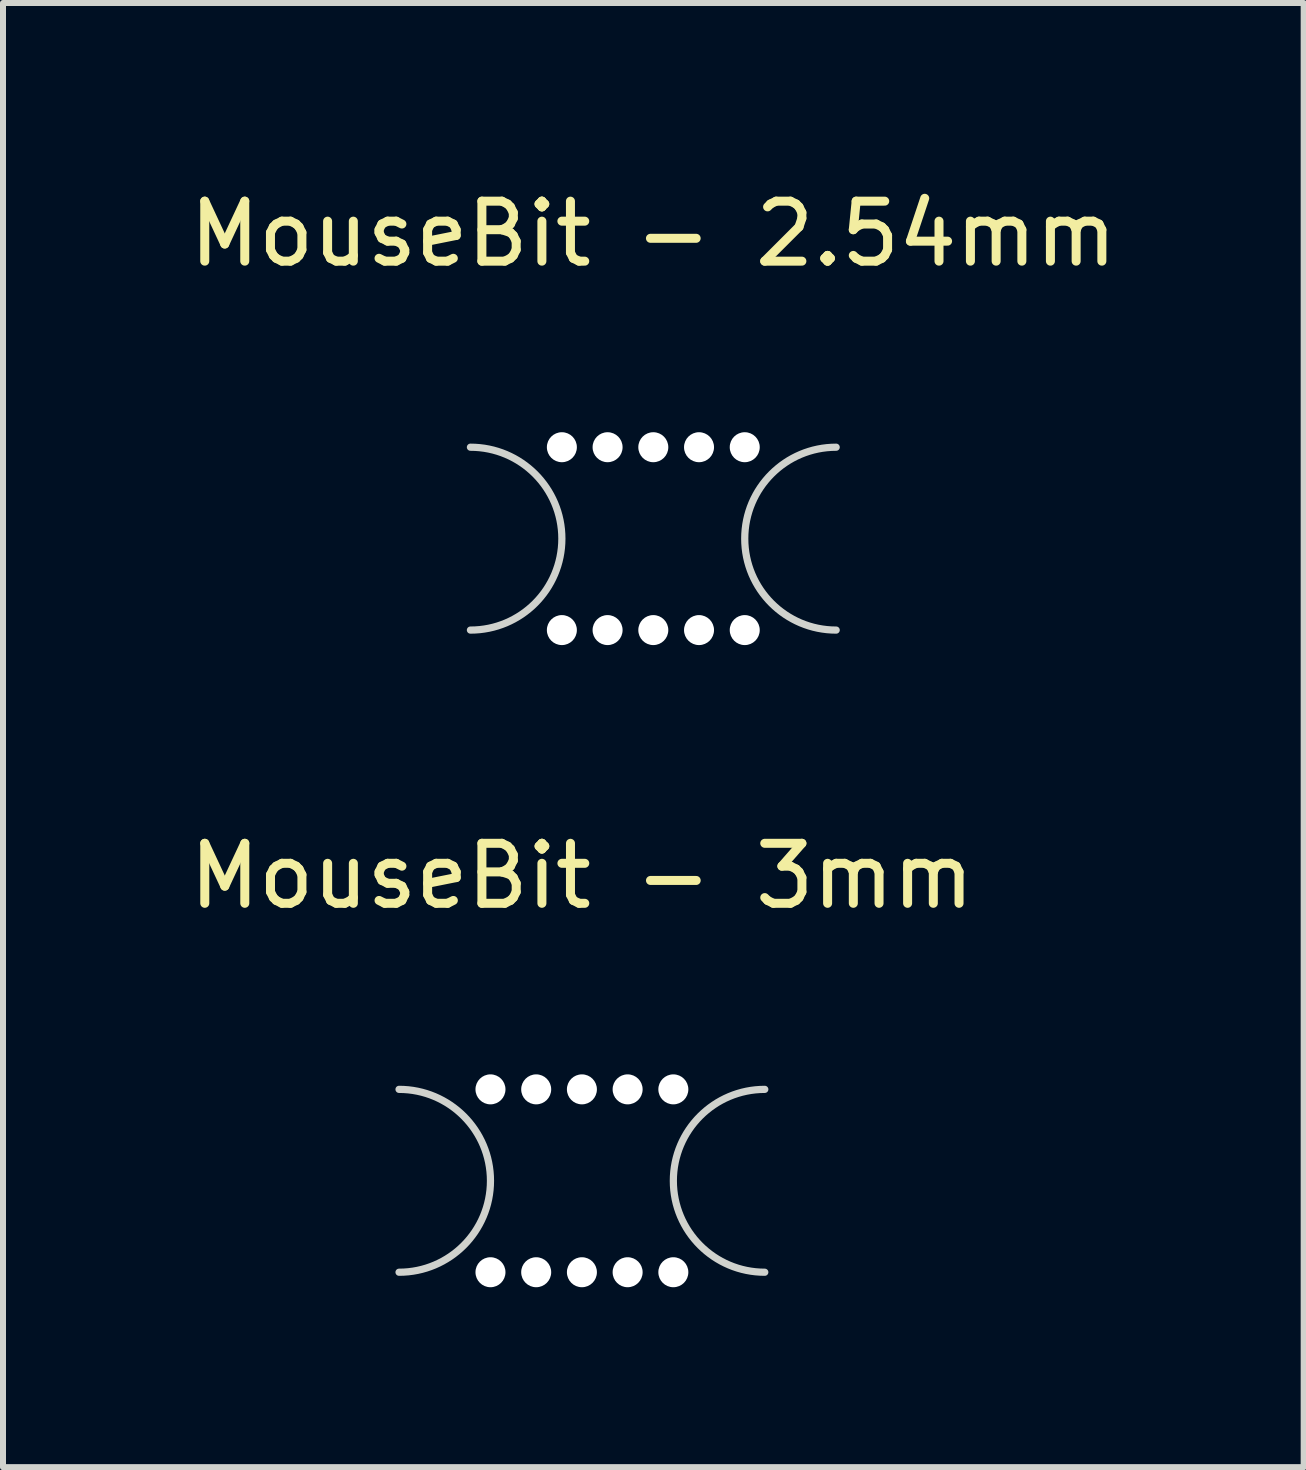
<source format=kicad_pcb>
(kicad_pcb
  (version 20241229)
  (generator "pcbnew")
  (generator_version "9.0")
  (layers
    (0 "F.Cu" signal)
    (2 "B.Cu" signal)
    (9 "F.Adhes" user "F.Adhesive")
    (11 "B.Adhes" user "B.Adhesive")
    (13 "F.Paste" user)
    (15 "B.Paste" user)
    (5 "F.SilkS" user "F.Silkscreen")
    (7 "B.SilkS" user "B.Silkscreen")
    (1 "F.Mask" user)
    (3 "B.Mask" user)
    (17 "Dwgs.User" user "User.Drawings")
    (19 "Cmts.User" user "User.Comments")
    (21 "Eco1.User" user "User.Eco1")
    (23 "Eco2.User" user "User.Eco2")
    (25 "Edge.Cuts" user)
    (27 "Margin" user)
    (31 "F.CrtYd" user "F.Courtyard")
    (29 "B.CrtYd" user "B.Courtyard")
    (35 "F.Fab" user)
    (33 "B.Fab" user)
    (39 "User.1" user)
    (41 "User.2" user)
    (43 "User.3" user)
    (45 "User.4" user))
  (footprint "MouseBit - 2.54mm"
    (layer "F.Cu")
    (at 7.839 5.928)
    (property "Reference" "MouseBit - 2.54mm" (at 0 -5.08 0) (unlocked yes) (layer "F.SilkS") (effects (font (size 1 1) (thickness 0.15))))
    (attr through_hole)
    (fp_arc (start -3.048 -1.524) (mid -1.524 0) (end -3.048 1.524) (stroke (width 0.12) (type solid)) (layer "Edge.Cuts"))
    (fp_arc (start 3.048 1.524) (mid 1.524 0) (end 3.048 -1.524) (stroke (width 0.12) (type solid)) (layer "Edge.Cuts"))
    (pad "" np_thru_hole circle (at -1.524 -1.524) (size 0.5 0.5) (drill 0.5) (layers "*.Cu" "*.Mask"))
    (pad "" np_thru_hole circle (at -1.524 1.524) (size 0.5 0.5) (drill 0.5) (layers "*.Cu" "*.Mask"))
    (pad "" np_thru_hole circle (at -0.762 -1.524) (size 0.5 0.5) (drill 0.5) (layers "*.Cu" "*.Mask"))
    (pad "" np_thru_hole circle (at -0.762 1.524) (size 0.5 0.5) (drill 0.5) (layers "*.Cu" "*.Mask"))
    (pad "" np_thru_hole circle (at 0 -1.524) (size 0.5 0.5) (drill 0.5) (layers "*.Cu" "*.Mask"))
    (pad "" np_thru_hole circle (at 0 1.524) (size 0.5 0.5) (drill 0.5) (layers "*.Cu" "*.Mask"))
    (pad "" np_thru_hole circle (at 0.762 -1.524) (size 0.5 0.5) (drill 0.5) (layers "*.Cu" "*.Mask"))
    (pad "" np_thru_hole circle (at 0.762 1.524) (size 0.5 0.5) (drill 0.5) (layers "*.Cu" "*.Mask"))
    (pad "" np_thru_hole circle (at 1.524 -1.524) (size 0.5 0.5) (drill 0.5) (layers "*.Cu" "*.Mask"))
    (pad "" np_thru_hole circle (at 1.524 1.524) (size 0.5 0.5) (drill 0.5) (layers "*.Cu" "*.Mask")))
  (footprint "MouseBit - 3mm"
    (layer "F.Cu")
    (at 6.649 16.631)
    (property "Reference" "MouseBit - 3mm" (at 0 -5.08 0) (unlocked yes) (layer "F.SilkS") (effects (font (size 1 1) (thickness 0.15))))
    (attr through_hole)
    (fp_arc (start -3.048 -1.524) (mid -1.524 0) (end -3.048 1.524) (stroke (width 0.12) (type solid)) (layer "Edge.Cuts"))
    (fp_arc (start 3.048 1.524) (mid 1.524 0) (end 3.048 -1.524) (stroke (width 0.12) (type solid)) (layer "Edge.Cuts"))
    (pad "" np_thru_hole circle (at -1.524 -1.524) (size 0.5 0.5) (drill 0.5) (layers "*.Cu" "*.Mask"))
    (pad "" np_thru_hole circle (at -1.524 1.524) (size 0.5 0.5) (drill 0.5) (layers "*.Cu" "*.Mask"))
    (pad "" np_thru_hole circle (at -0.762 -1.524) (size 0.5 0.5) (drill 0.5) (layers "*.Cu" "*.Mask"))
    (pad "" np_thru_hole circle (at -0.762 1.524) (size 0.5 0.5) (drill 0.5) (layers "*.Cu" "*.Mask"))
    (pad "" np_thru_hole circle (at 0 -1.524) (size 0.5 0.5) (drill 0.5) (layers "*.Cu" "*.Mask"))
    (pad "" np_thru_hole circle (at 0 1.524) (size 0.5 0.5) (drill 0.5) (layers "*.Cu" "*.Mask"))
    (pad "" np_thru_hole circle (at 0.762 -1.524) (size 0.5 0.5) (drill 0.5) (layers "*.Cu" "*.Mask"))
    (pad "" np_thru_hole circle (at 0.762 1.524) (size 0.5 0.5) (drill 0.5) (layers "*.Cu" "*.Mask"))
    (pad "" np_thru_hole circle (at 1.524 -1.524) (size 0.5 0.5) (drill 0.5) (layers "*.Cu" "*.Mask"))
    (pad "" np_thru_hole circle (at 1.524 1.524) (size 0.5 0.5) (drill 0.5) (layers "*.Cu" "*.Mask")))
  (gr_rect
    (start -3 -3)
    (end 18.679 21.404)
    (stroke (width 0.1) (type default))
    (fill no)
    (layer "Edge.Cuts")))
</source>
